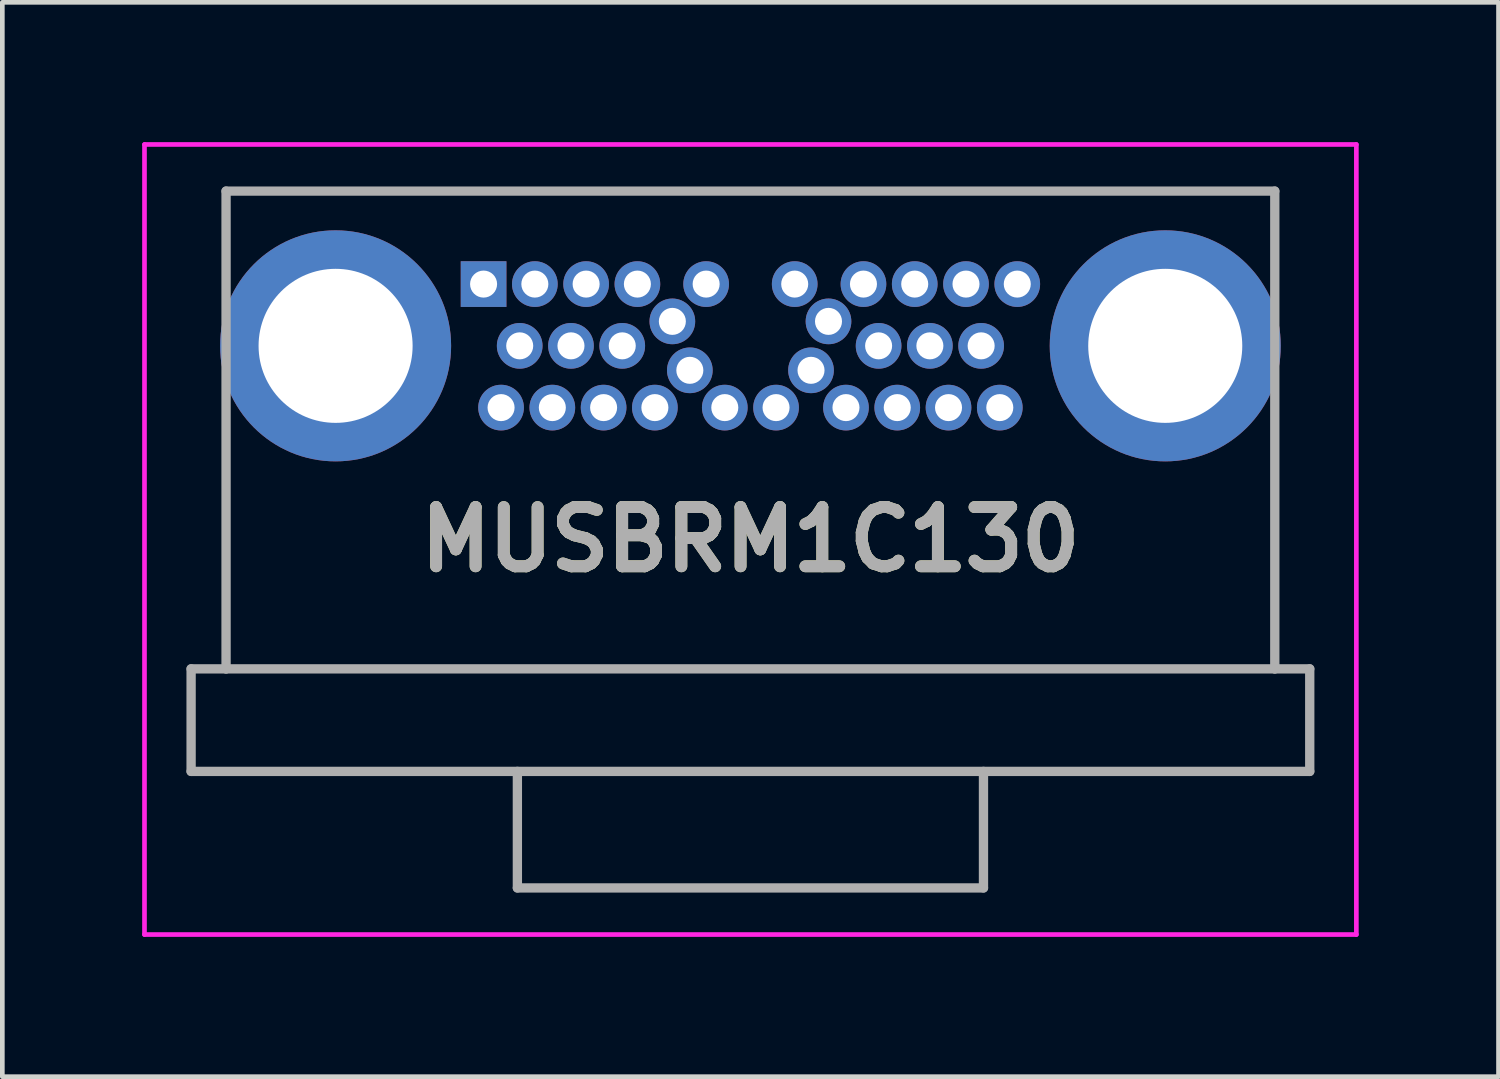
<source format=kicad_pcb>
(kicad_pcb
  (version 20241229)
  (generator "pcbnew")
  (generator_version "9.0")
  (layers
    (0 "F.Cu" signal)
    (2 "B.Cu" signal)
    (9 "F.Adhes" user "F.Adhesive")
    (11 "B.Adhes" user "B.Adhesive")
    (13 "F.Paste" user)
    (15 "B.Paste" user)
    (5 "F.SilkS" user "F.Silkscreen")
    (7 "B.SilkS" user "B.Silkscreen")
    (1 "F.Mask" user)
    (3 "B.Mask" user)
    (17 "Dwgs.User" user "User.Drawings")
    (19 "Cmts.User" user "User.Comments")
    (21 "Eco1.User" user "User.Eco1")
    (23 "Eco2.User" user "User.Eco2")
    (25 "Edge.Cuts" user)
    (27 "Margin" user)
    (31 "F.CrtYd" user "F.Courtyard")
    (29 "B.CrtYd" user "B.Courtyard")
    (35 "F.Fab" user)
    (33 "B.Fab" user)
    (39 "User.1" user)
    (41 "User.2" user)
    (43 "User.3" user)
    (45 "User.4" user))
  (footprint "MUSBRM1C130"
    (layer "F.Cu")
    (at 7.325 3.045)
    (property "Reference" "MUSBRM1C130" (at 5.725 5.48 0) (layer "F.SilkS") (effects (font (size 1.27 1.27) (thickness 0.254))))
    (attr through_hole)
    (fp_line (start -5.525 -1.995) (end 16.975 -1.995) (stroke (width 0.1) (type solid)) (layer "F.SilkS"))
    (fp_line (start -5.525 0) (end -5.525 -1.995) (stroke (width 0.1) (type solid)) (layer "F.SilkS"))
    (fp_line (start -5.525 2.955) (end -5.525 8.255) (stroke (width 0.1) (type solid)) (layer "F.SilkS"))
    (fp_line (start -5.525 8.255) (end 16.975 8.255) (stroke (width 0.1) (type solid)) (layer "F.SilkS"))
    (fp_line (start 16.975 -1.995) (end 16.975 0) (stroke (width 0.1) (type solid)) (layer "F.SilkS"))
    (fp_line (start 16.975 8.255) (end 16.975 2.955) (stroke (width 0.1) (type solid)) (layer "F.SilkS"))
    (fp_line (start -7.275 -2.995) (end 18.725 -2.995) (stroke (width 0.1) (type solid)) (layer "F.CrtYd"))
    (fp_line (start -7.275 13.955) (end -7.275 -2.995) (stroke (width 0.1) (type solid)) (layer "F.CrtYd"))
    (fp_line (start 18.725 -2.995) (end 18.725 13.955) (stroke (width 0.1) (type solid)) (layer "F.CrtYd"))
    (fp_line (start 18.725 13.955) (end -7.275 13.955) (stroke (width 0.1) (type solid)) (layer "F.CrtYd"))
    (fp_line (start -6.275 8.255) (end -6.275 10.455) (stroke (width 0.2) (type solid)) (layer "F.Fab"))
    (fp_line (start -6.275 10.455) (end 17.725 10.455) (stroke (width 0.2) (type solid)) (layer "F.Fab"))
    (fp_line (start -5.525 -1.995) (end 16.975 -1.995) (stroke (width 0.2) (type solid)) (layer "F.Fab"))
    (fp_line (start -5.525 8.255) (end -6.275 8.255) (stroke (width 0.2) (type solid)) (layer "F.Fab"))
    (fp_line (start -5.525 8.255) (end -5.525 -1.995) (stroke (width 0.2) (type solid)) (layer "F.Fab"))
    (fp_line (start 0.725 10.455) (end 0.725 12.955) (stroke (width 0.2) (type solid)) (layer "F.Fab"))
    (fp_line (start 0.725 12.955) (end 10.725 12.955) (stroke (width 0.2) (type solid)) (layer "F.Fab"))
    (fp_line (start 10.725 12.955) (end 10.725 10.455) (stroke (width 0.2) (type solid)) (layer "F.Fab"))
    (fp_line (start 16.975 -1.995) (end 16.975 8.255) (stroke (width 0.2) (type solid)) (layer "F.Fab"))
    (fp_line (start 16.975 8.255) (end -5.525 8.255) (stroke (width 0.2) (type solid)) (layer "F.Fab"))
    (fp_line (start 17.725 8.255) (end 16.975 8.255) (stroke (width 0.2) (type solid)) (layer "F.Fab"))
    (fp_line (start 17.725 10.455) (end 17.725 8.255) (stroke (width 0.2) (type solid)) (layer "F.Fab"))
    (fp_text user "${REFERENCE}" (at 5.725 5.48 0) (layer "F.Fab") (effects (font (size 1.27 1.27) (thickness 0.254))))
    (pad "A1" thru_hole rect (at 0 0) (size 0.98 0.98) (drill 0.58) (layers "*.Cu" "*.Mask"))
    (pad "A2" thru_hole circle (at 1.1 0) (size 0.98 0.98) (drill 0.58) (layers "*.Cu" "*.Mask"))
    (pad "A3" thru_hole circle (at 2.2 0) (size 0.98 0.98) (drill 0.58) (layers "*.Cu" "*.Mask"))
    (pad "A4" thru_hole circle (at 3.3 0) (size 0.98 0.98) (drill 0.58) (layers "*.Cu" "*.Mask"))
    (pad "A5" thru_hole circle (at 4.05 0.8) (size 0.98 0.98) (drill 0.58) (layers "*.Cu" "*.Mask"))
    (pad "A6" thru_hole circle (at 4.775 0) (size 0.98 0.98) (drill 0.58) (layers "*.Cu" "*.Mask"))
    (pad "A7" thru_hole circle (at 6.675 0) (size 0.98 0.98) (drill 0.58) (layers "*.Cu" "*.Mask"))
    (pad "A8" thru_hole circle (at 7.4 0.8) (size 0.98 0.98) (drill 0.58) (layers "*.Cu" "*.Mask"))
    (pad "A9" thru_hole circle (at 8.15 0) (size 0.98 0.98) (drill 0.58) (layers "*.Cu" "*.Mask"))
    (pad "A10" thru_hole circle (at 9.25 0) (size 0.98 0.98) (drill 0.58) (layers "*.Cu" "*.Mask"))
    (pad "A11" thru_hole circle (at 10.35 0) (size 0.98 0.98) (drill 0.58) (layers "*.Cu" "*.Mask"))
    (pad "A12" thru_hole circle (at 11.45 0) (size 0.98 0.98) (drill 0.58) (layers "*.Cu" "*.Mask"))
    (pad "B1" thru_hole circle (at 11.075 2.65) (size 0.98 0.98) (drill 0.58) (layers "*.Cu" "*.Mask"))
    (pad "B2" thru_hole circle (at 9.975 2.65) (size 0.98 0.98) (drill 0.58) (layers "*.Cu" "*.Mask"))
    (pad "B3" thru_hole circle (at 8.875 2.65) (size 0.98 0.98) (drill 0.58) (layers "*.Cu" "*.Mask"))
    (pad "B4" thru_hole circle (at 7.775 2.65) (size 0.98 0.98) (drill 0.58) (layers "*.Cu" "*.Mask"))
    (pad "B5" thru_hole circle (at 7.025 1.85) (size 0.98 0.98) (drill 0.58) (layers "*.Cu" "*.Mask"))
    (pad "B6" thru_hole circle (at 6.275 2.65) (size 0.98 0.98) (drill 0.58) (layers "*.Cu" "*.Mask"))
    (pad "B7" thru_hole circle (at 5.175 2.65) (size 0.98 0.98) (drill 0.58) (layers "*.Cu" "*.Mask"))
    (pad "B8" thru_hole circle (at 4.425 1.85) (size 0.98 0.98) (drill 0.58) (layers "*.Cu" "*.Mask"))
    (pad "B9" thru_hole circle (at 3.675 2.65) (size 0.98 0.98) (drill 0.58) (layers "*.Cu" "*.Mask"))
    (pad "B10" thru_hole circle (at 2.575 2.65) (size 0.98 0.98) (drill 0.58) (layers "*.Cu" "*.Mask"))
    (pad "B11" thru_hole circle (at 1.475 2.65) (size 0.98 0.98) (drill 0.58) (layers "*.Cu" "*.Mask"))
    (pad "B12" thru_hole circle (at 0.375 2.65) (size 0.98 0.98) (drill 0.58) (layers "*.Cu" "*.Mask"))
    (pad "G1" thru_hole circle (at 0.775 1.325) (size 0.98 0.98) (drill 0.58) (layers "*.Cu" "*.Mask"))
    (pad "G2" thru_hole circle (at 1.875 1.325) (size 0.98 0.98) (drill 0.58) (layers "*.Cu" "*.Mask"))
    (pad "G3" thru_hole circle (at 2.975 1.325) (size 0.98 0.98) (drill 0.58) (layers "*.Cu" "*.Mask"))
    (pad "G4" thru_hole circle (at 8.475 1.325) (size 0.98 0.98) (drill 0.58) (layers "*.Cu" "*.Mask"))
    (pad "G5" thru_hole circle (at 9.575 1.325) (size 0.98 0.98) (drill 0.58) (layers "*.Cu" "*.Mask"))
    (pad "G6" thru_hole circle (at 10.675 1.325) (size 0.98 0.98) (drill 0.58) (layers "*.Cu" "*.Mask"))
    (pad "SG1" thru_hole circle (at -3.175 1.325) (size 4.957 4.957) (drill 3.305) (layers "*.Cu" "*.Mask"))
    (pad "SG2" thru_hole circle (at 14.625 1.325) (size 4.957 4.957) (drill 3.305) (layers "*.Cu" "*.Mask")))
  (gr_rect
    (start -3 -3)
    (end 29.1 20.05)
    (stroke (width 0.1) (type default))
    (fill no)
    (layer "Edge.Cuts")))
</source>
